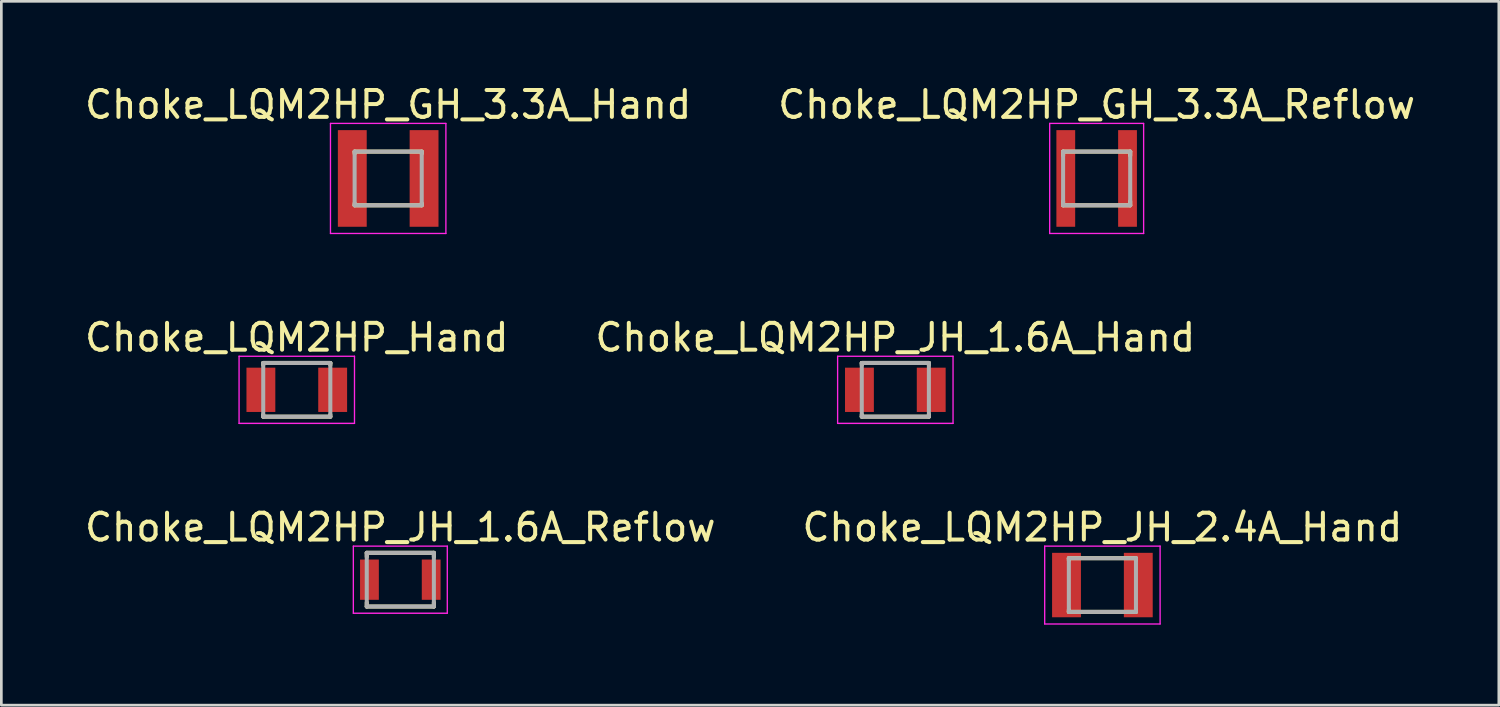
<source format=kicad_pcb>
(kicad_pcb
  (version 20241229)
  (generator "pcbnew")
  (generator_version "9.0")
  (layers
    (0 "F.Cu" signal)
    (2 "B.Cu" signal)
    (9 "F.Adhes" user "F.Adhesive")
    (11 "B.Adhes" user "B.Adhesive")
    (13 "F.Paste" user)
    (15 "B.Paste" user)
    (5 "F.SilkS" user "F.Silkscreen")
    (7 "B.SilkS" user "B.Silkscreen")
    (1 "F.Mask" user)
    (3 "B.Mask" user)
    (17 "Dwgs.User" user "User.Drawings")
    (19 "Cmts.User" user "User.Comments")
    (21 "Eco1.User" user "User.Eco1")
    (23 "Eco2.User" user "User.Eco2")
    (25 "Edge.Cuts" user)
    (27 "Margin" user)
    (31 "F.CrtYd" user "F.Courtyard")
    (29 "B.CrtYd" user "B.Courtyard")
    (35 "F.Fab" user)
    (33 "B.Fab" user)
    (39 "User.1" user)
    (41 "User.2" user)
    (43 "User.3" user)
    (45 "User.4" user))
  (footprint "Choke_LQM2HP_GH_3.3A_Reflow"
    (layer "F.Cu")
    (at 37.804 3.598)
    (property "Reference" "Choke_LQM2HP_GH_3.3A_Reflow" (at 0 -2.75 0) (layer "F.SilkS") (effects (font (size 1 1) (thickness 0.15))))
    (attr smd)
    (fp_line (start -1.25 -1) (end -1.25 -0.85) (stroke (width 0.15) (type solid)) (layer "F.SilkS"))
    (fp_line (start -1.25 -1) (end 1.25 -1) (stroke (width 0.15) (type solid)) (layer "F.SilkS"))
    (fp_line (start -1.25 0.85) (end -1.25 1) (stroke (width 0.15) (type solid)) (layer "F.SilkS"))
    (fp_line (start -1.25 1) (end 1.25 1) (stroke (width 0.15) (type solid)) (layer "F.SilkS"))
    (fp_line (start 1.25 -1) (end 1.25 -0.85) (stroke (width 0.15) (type solid)) (layer "F.SilkS"))
    (fp_line (start 1.25 0.85) (end 1.25 1) (stroke (width 0.15) (type solid)) (layer "F.SilkS"))
    (fp_line (start -1.75 -2.05) (end -1.75 2.05) (stroke (width 0.05) (type solid)) (layer "F.CrtYd"))
    (fp_line (start -1.75 -2.05) (end 1.75 -2.05) (stroke (width 0.05) (type solid)) (layer "F.CrtYd"))
    (fp_line (start -1.75 2.05) (end 1.75 2.05) (stroke (width 0.05) (type solid)) (layer "F.CrtYd"))
    (fp_line (start 1.75 -2.05) (end 1.75 2.05) (stroke (width 0.05) (type solid)) (layer "F.CrtYd"))
    (fp_line (start -1.25 -1) (end -1.25 1) (stroke (width 0.15) (type solid)) (layer "F.Fab"))
    (fp_line (start -1.25 -1) (end 1.25 -1) (stroke (width 0.15) (type solid)) (layer "F.Fab"))
    (fp_line (start -1.25 1) (end 1.25 1) (stroke (width 0.15) (type solid)) (layer "F.Fab"))
    (fp_line (start 1.25 -1) (end 1.25 1) (stroke (width 0.15) (type solid)) (layer "F.Fab"))
    (pad "" smd rect (at -1.15 0) (size 0.7 1.5) (layers "F.Mask" "F.Paste"))
    (pad "" smd rect (at 1.15 0) (size 0.7 1.5) (layers "F.Mask" "F.Paste"))
    (pad "1" smd rect (at -1.15 0) (size 0.7 3.6) (layers "F.Cu"))
    (pad "2" smd rect (at 1.15 0) (size 0.7 3.6) (layers "F.Cu")))
  (footprint "Choke_LQM2HP_Hand"
    (layer "F.Cu")
    (at 8.006 11.472)
    (property "Reference" "Choke_LQM2HP_Hand" (at 0 -1.95 0) (layer "F.SilkS") (effects (font (size 1 1) (thickness 0.15))))
    (attr smd)
    (fp_line (start -1.25 -1) (end -1.25 -0.925) (stroke (width 0.15) (type solid)) (layer "F.SilkS"))
    (fp_line (start -1.25 -1) (end 1.25 -1) (stroke (width 0.15) (type solid)) (layer "F.SilkS"))
    (fp_line (start -1.25 0.925) (end -1.25 1) (stroke (width 0.15) (type solid)) (layer "F.SilkS"))
    (fp_line (start -1.25 1) (end 1.25 1) (stroke (width 0.15) (type solid)) (layer "F.SilkS"))
    (fp_line (start 1.25 -1) (end 1.25 -0.925) (stroke (width 0.15) (type solid)) (layer "F.SilkS"))
    (fp_line (start 1.25 0.925) (end 1.25 1) (stroke (width 0.15) (type solid)) (layer "F.SilkS"))
    (fp_line (start -2.15 -1.25) (end -2.15 1.25) (stroke (width 0.05) (type solid)) (layer "F.CrtYd"))
    (fp_line (start -2.15 -1.25) (end 2.15 -1.25) (stroke (width 0.05) (type solid)) (layer "F.CrtYd"))
    (fp_line (start -2.15 1.25) (end 2.15 1.25) (stroke (width 0.05) (type solid)) (layer "F.CrtYd"))
    (fp_line (start 2.15 -1.25) (end 2.15 1.25) (stroke (width 0.05) (type solid)) (layer "F.CrtYd"))
    (fp_line (start -1.25 -1) (end -1.25 1) (stroke (width 0.15) (type solid)) (layer "F.Fab"))
    (fp_line (start -1.25 -1) (end 1.25 -1) (stroke (width 0.15) (type solid)) (layer "F.Fab"))
    (fp_line (start -1.25 1) (end 1.25 1) (stroke (width 0.15) (type solid)) (layer "F.Fab"))
    (fp_line (start 1.25 -1) (end 1.25 1) (stroke (width 0.15) (type solid)) (layer "F.Fab"))
    (pad "1" smd rect (at -1.337 0) (size 1.075 1.65) (layers "F.Cu" "F.Mask" "F.Paste"))
    (pad "2" smd rect (at 1.337 0) (size 1.075 1.65) (layers "F.Cu" "F.Mask" "F.Paste")))
  (footprint "Choke_LQM2HP_GH_3.3A_Hand"
    (layer "F.Cu")
    (at 11.411 3.598)
    (property "Reference" "Choke_LQM2HP_GH_3.3A_Hand" (at 0 -2.75 0) (layer "F.SilkS") (effects (font (size 1 1) (thickness 0.15))))
    (attr smd)
    (fp_line (start -1.25 -1) (end -1.25 -0.925) (stroke (width 0.15) (type solid)) (layer "F.SilkS"))
    (fp_line (start -1.25 -1) (end 1.25 -1) (stroke (width 0.15) (type solid)) (layer "F.SilkS"))
    (fp_line (start -1.25 0.925) (end -1.25 1) (stroke (width 0.15) (type solid)) (layer "F.SilkS"))
    (fp_line (start -1.25 1) (end 1.25 1) (stroke (width 0.15) (type solid)) (layer "F.SilkS"))
    (fp_line (start 1.25 -1) (end 1.25 -0.925) (stroke (width 0.15) (type solid)) (layer "F.SilkS"))
    (fp_line (start 1.25 0.925) (end 1.25 1) (stroke (width 0.15) (type solid)) (layer "F.SilkS"))
    (fp_line (start -2.15 -2.05) (end -2.15 2.05) (stroke (width 0.05) (type solid)) (layer "F.CrtYd"))
    (fp_line (start -2.15 -2.05) (end 2.15 -2.05) (stroke (width 0.05) (type solid)) (layer "F.CrtYd"))
    (fp_line (start -2.15 2.05) (end 2.15 2.05) (stroke (width 0.05) (type solid)) (layer "F.CrtYd"))
    (fp_line (start 2.15 -2.05) (end 2.15 2.05) (stroke (width 0.05) (type solid)) (layer "F.CrtYd"))
    (fp_line (start -1.25 -1) (end -1.25 1) (stroke (width 0.15) (type solid)) (layer "F.Fab"))
    (fp_line (start -1.25 -1) (end 1.25 -1) (stroke (width 0.15) (type solid)) (layer "F.Fab"))
    (fp_line (start -1.25 1) (end 1.25 1) (stroke (width 0.15) (type solid)) (layer "F.Fab"))
    (fp_line (start 1.25 -1) (end 1.25 1) (stroke (width 0.15) (type solid)) (layer "F.Fab"))
    (pad "" smd rect (at -1.337 0) (size 1.075 1.65) (layers "F.Mask" "F.Paste"))
    (pad "" smd rect (at 1.337 0) (size 1.075 1.65) (layers "F.Mask" "F.Paste"))
    (pad "1" smd rect (at -1.337 0) (size 1.075 3.6) (layers "F.Cu"))
    (pad "2" smd rect (at 1.337 0) (size 1.075 3.6) (layers "F.Cu")))
  (footprint "Choke_LQM2HP_JH_1.6A_Hand"
    (layer "F.Cu")
    (at 30.304 11.472)
    (property "Reference" "Choke_LQM2HP_JH_1.6A_Hand" (at 0 -1.95 0) (layer "F.SilkS") (effects (font (size 1 1) (thickness 0.15))))
    (attr smd)
    (fp_line (start -1.25 -1) (end -1.25 -0.925) (stroke (width 0.15) (type solid)) (layer "F.SilkS"))
    (fp_line (start -1.25 -1) (end 1.25 -1) (stroke (width 0.15) (type solid)) (layer "F.SilkS"))
    (fp_line (start -1.25 0.925) (end -1.25 1) (stroke (width 0.15) (type solid)) (layer "F.SilkS"))
    (fp_line (start -1.25 1) (end 1.25 1) (stroke (width 0.15) (type solid)) (layer "F.SilkS"))
    (fp_line (start 1.25 -1) (end 1.25 -0.925) (stroke (width 0.15) (type solid)) (layer "F.SilkS"))
    (fp_line (start 1.25 0.925) (end 1.25 1) (stroke (width 0.15) (type solid)) (layer "F.SilkS"))
    (fp_line (start -2.15 -1.25) (end -2.15 1.25) (stroke (width 0.05) (type solid)) (layer "F.CrtYd"))
    (fp_line (start -2.15 -1.25) (end 2.15 -1.25) (stroke (width 0.05) (type solid)) (layer "F.CrtYd"))
    (fp_line (start -2.15 1.25) (end 2.15 1.25) (stroke (width 0.05) (type solid)) (layer "F.CrtYd"))
    (fp_line (start 2.15 -1.25) (end 2.15 1.25) (stroke (width 0.05) (type solid)) (layer "F.CrtYd"))
    (fp_line (start -1.25 -1) (end -1.25 1) (stroke (width 0.15) (type solid)) (layer "F.Fab"))
    (fp_line (start -1.25 -1) (end 1.25 -1) (stroke (width 0.15) (type solid)) (layer "F.Fab"))
    (fp_line (start -1.25 1) (end 1.25 1) (stroke (width 0.15) (type solid)) (layer "F.Fab"))
    (fp_line (start 1.25 -1) (end 1.25 1) (stroke (width 0.15) (type solid)) (layer "F.Fab"))
    (pad "1" smd rect (at -1.337 0) (size 1.075 1.65) (layers "F.Cu" "F.Mask" "F.Paste"))
    (pad "2" smd rect (at 1.337 0) (size 1.075 1.65) (layers "F.Cu" "F.Mask" "F.Paste")))
  (footprint "Choke_LQM2HP_JH_1.6A_Reflow"
    (layer "F.Cu")
    (at 11.863 18.545)
    (property "Reference" "Choke_LQM2HP_JH_1.6A_Reflow" (at 0 -1.95 0) (layer "F.SilkS") (effects (font (size 1 1) (thickness 0.15))))
    (attr smd)
    (fp_line (start -1.25 -1) (end -1.25 -0.85) (stroke (width 0.15) (type solid)) (layer "F.SilkS"))
    (fp_line (start -1.25 -1) (end 1.25 -1) (stroke (width 0.15) (type solid)) (layer "F.SilkS"))
    (fp_line (start -1.25 0.85) (end -1.25 1) (stroke (width 0.15) (type solid)) (layer "F.SilkS"))
    (fp_line (start -1.25 1) (end 1.25 1) (stroke (width 0.15) (type solid)) (layer "F.SilkS"))
    (fp_line (start 1.25 -1) (end 1.25 -0.85) (stroke (width 0.15) (type solid)) (layer "F.SilkS"))
    (fp_line (start 1.25 0.85) (end 1.25 1) (stroke (width 0.15) (type solid)) (layer "F.SilkS"))
    (fp_line (start -1.75 -1.25) (end -1.75 1.25) (stroke (width 0.05) (type solid)) (layer "F.CrtYd"))
    (fp_line (start -1.75 -1.25) (end 1.75 -1.25) (stroke (width 0.05) (type solid)) (layer "F.CrtYd"))
    (fp_line (start -1.75 1.25) (end 1.75 1.25) (stroke (width 0.05) (type solid)) (layer "F.CrtYd"))
    (fp_line (start 1.75 -1.25) (end 1.75 1.25) (stroke (width 0.05) (type solid)) (layer "F.CrtYd"))
    (fp_line (start -1.25 -1) (end -1.25 1) (stroke (width 0.15) (type solid)) (layer "F.Fab"))
    (fp_line (start -1.25 -1) (end 1.25 -1) (stroke (width 0.15) (type solid)) (layer "F.Fab"))
    (fp_line (start -1.25 1) (end 1.25 1) (stroke (width 0.15) (type solid)) (layer "F.Fab"))
    (fp_line (start 1.25 -1) (end 1.25 1) (stroke (width 0.15) (type solid)) (layer "F.Fab"))
    (pad "1" smd rect (at -1.15 0) (size 0.7 1.5) (layers "F.Cu" "F.Mask" "F.Paste"))
    (pad "2" smd rect (at 1.15 0) (size 0.7 1.5) (layers "F.Cu" "F.Mask" "F.Paste")))
  (footprint "Choke_LQM2HP_JH_2.4A_Hand"
    (layer "F.Cu")
    (at 38.018 18.745)
    (property "Reference" "Choke_LQM2HP_JH_2.4A_Hand" (at 0 -2.15 0) (layer "F.SilkS") (effects (font (size 1 1) (thickness 0.15))))
    (attr smd)
    (fp_line (start -1.25 -1) (end -1.25 -0.925) (stroke (width 0.15) (type solid)) (layer "F.SilkS"))
    (fp_line (start -1.25 -1) (end 1.25 -1) (stroke (width 0.15) (type solid)) (layer "F.SilkS"))
    (fp_line (start -1.25 0.925) (end -1.25 1) (stroke (width 0.15) (type solid)) (layer "F.SilkS"))
    (fp_line (start -1.25 1) (end 1.25 1) (stroke (width 0.15) (type solid)) (layer "F.SilkS"))
    (fp_line (start 1.25 -1) (end 1.25 -0.925) (stroke (width 0.15) (type solid)) (layer "F.SilkS"))
    (fp_line (start 1.25 0.925) (end 1.25 1) (stroke (width 0.15) (type solid)) (layer "F.SilkS"))
    (fp_line (start -2.15 -1.45) (end -2.15 1.45) (stroke (width 0.05) (type solid)) (layer "F.CrtYd"))
    (fp_line (start -2.15 -1.45) (end 2.15 -1.45) (stroke (width 0.05) (type solid)) (layer "F.CrtYd"))
    (fp_line (start -2.15 1.45) (end 2.15 1.45) (stroke (width 0.05) (type solid)) (layer "F.CrtYd"))
    (fp_line (start 2.15 -1.45) (end 2.15 1.45) (stroke (width 0.05) (type solid)) (layer "F.CrtYd"))
    (fp_line (start -1.25 -1) (end -1.25 1) (stroke (width 0.15) (type solid)) (layer "F.Fab"))
    (fp_line (start -1.25 -1) (end 1.25 -1) (stroke (width 0.15) (type solid)) (layer "F.Fab"))
    (fp_line (start -1.25 1) (end 1.25 1) (stroke (width 0.15) (type solid)) (layer "F.Fab"))
    (fp_line (start 1.25 -1) (end 1.25 1) (stroke (width 0.15) (type solid)) (layer "F.Fab"))
    (pad "" smd rect (at -1.337 0) (size 1.075 1.65) (layers "F.Mask" "F.Paste"))
    (pad "" smd rect (at 1.337 0) (size 1.075 1.65) (layers "F.Mask" "F.Paste"))
    (pad "1" smd rect (at -1.337 0) (size 1.075 2.4) (layers "F.Cu"))
    (pad "2" smd rect (at 1.337 0) (size 1.075 2.4) (layers "F.Cu")))
  (gr_rect
    (start -3 -3)
    (end 52.786 23.22)
    (stroke (width 0.1) (type default))
    (fill no)
    (layer "Edge.Cuts")))
</source>
